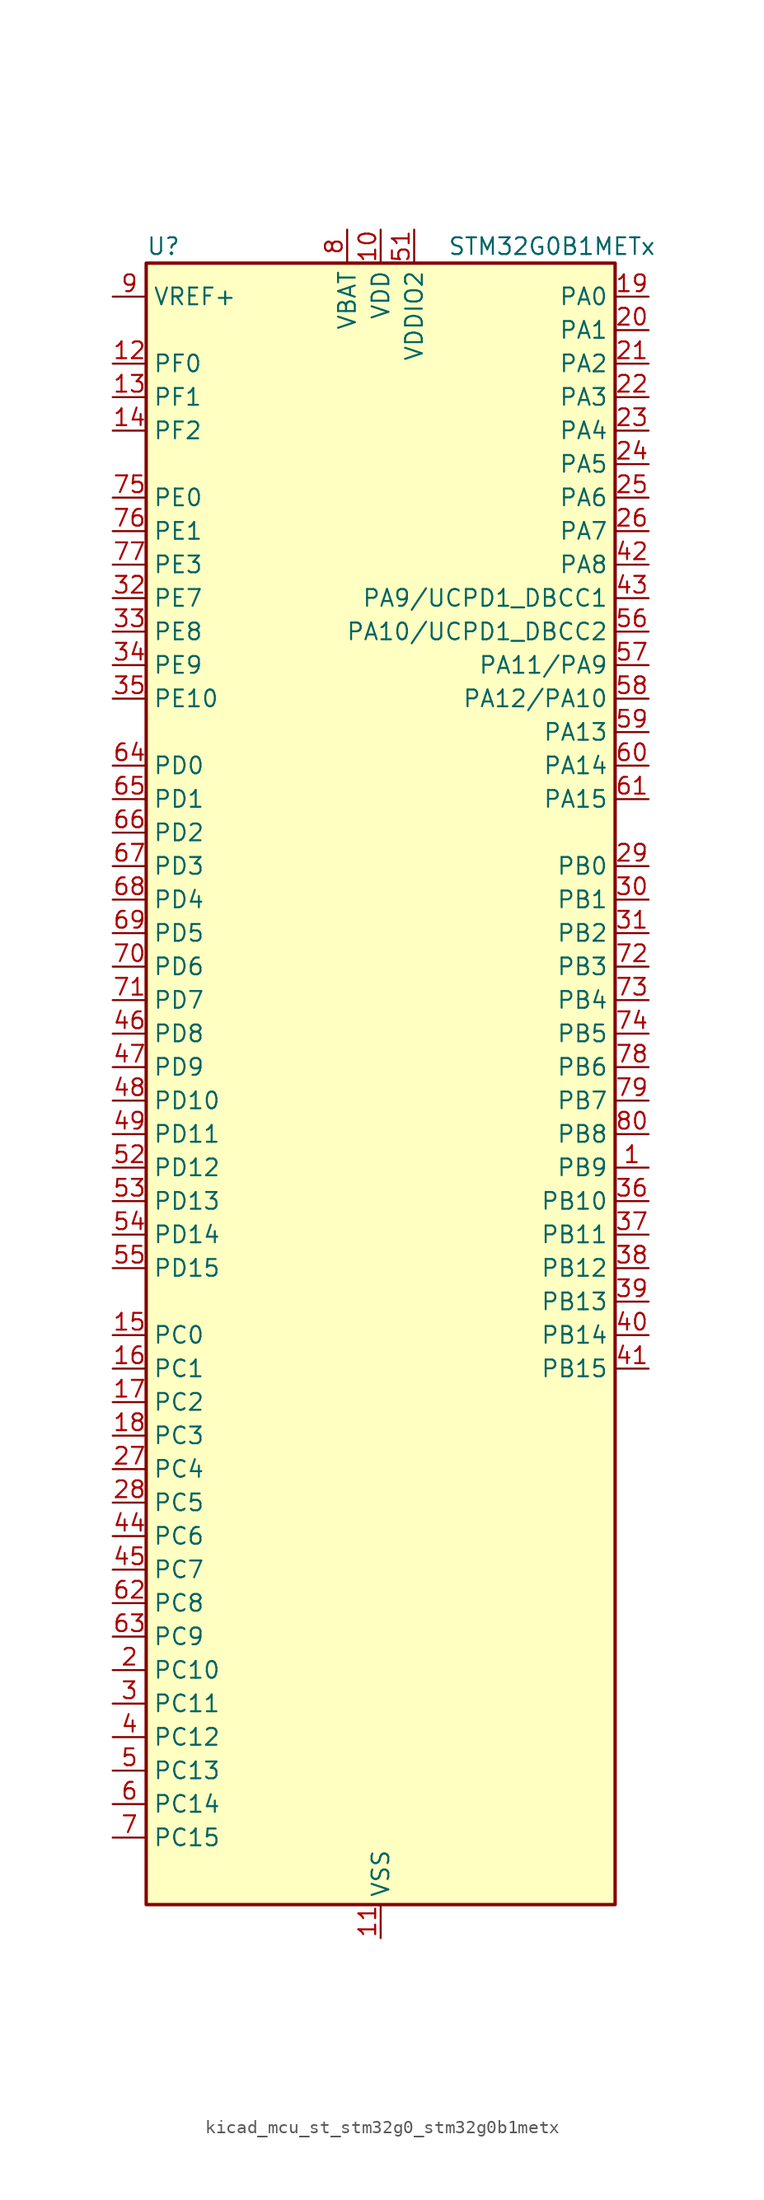
<source format=kicad_sym>
(kicad_symbol_lib
  (version 20220914)
  (generator kicad_symbol_editor)
  (symbol "kicad_mcu_st_stm32g0_stm32g0b1metx"
    (property "Reference" "U"
      (at -17.78 64.77 0)
      (effects (font (size 1.27 1.27)) (justify left)))
    (property "Value" "STM32G0B1METx"
      (at 5.08 64.77 0)
      (effects (font (size 1.27 1.27)) (justify left)))
    (property "ki_locked" ""
      (at 0 0 0)
      (effects (font (size 1.27 1.27))))
    (symbol "kicad_mcu_st_stm32g0_stm32g0b1metx_0_1"
      (rectangle (start -17.78 -60.96) (end 17.78 63.5) (stroke (width 0.254) (type default)) (fill (type background))))
    (symbol "kicad_mcu_st_stm32g0_stm32g0b1metx_1_1"
      (pin bidirectional line (at 20.32 -5.08 180) (length 2.54) (name "PB9" (effects (font (size 1.27 1.27)))) (number "1" (effects (font (size 1.27 1.27)))) (alternate "DAC1_EXTI9" bidirectional line) (alternate "FDCAN1_TX" bidirectional line) (alternate "I2C1_SDA" bidirectional line) (alternate "I2S2_WS" bidirectional line) (alternate "IR_OUT" bidirectional line) (alternate "SPI2_NSS" bidirectional line) (alternate "TIM17_CH1" bidirectional line) (alternate "TIM4_CH4" bidirectional line) (alternate "UCPD2_FRSTX1" bidirectional line) (alternate "UCPD2_FRSTX2" bidirectional line) (alternate "USART3_RX" bidirectional line) (alternate "USART6_RX" bidirectional line))
      (pin power_in line (at 0 66.04 270) (length 2.54) (name "VDD" (effects (font (size 1.27 1.27)))) (number "10" (effects (font (size 1.27 1.27)))))
      (pin power_in line (at 0 -63.5 90) (length 2.54) (name "VSS" (effects (font (size 1.27 1.27)))) (number "11" (effects (font (size 1.27 1.27)))))
      (pin bidirectional line (at -20.32 55.88 0) (length 2.54) (name "PF0" (effects (font (size 1.27 1.27)))) (number "12" (effects (font (size 1.27 1.27)))) (alternate "CRS1_SYNC" bidirectional line) (alternate "RCC_OSC_IN" bidirectional line) (alternate "TIM14_CH1" bidirectional line))
      (pin bidirectional line (at -20.32 53.34 0) (length 2.54) (name "PF1" (effects (font (size 1.27 1.27)))) (number "13" (effects (font (size 1.27 1.27)))) (alternate "RCC_OSC_EN" bidirectional line) (alternate "RCC_OSC_OUT" bidirectional line) (alternate "TIM15_CH1N" bidirectional line))
      (pin bidirectional line (at -20.32 50.8 0) (length 2.54) (name "PF2" (effects (font (size 1.27 1.27)))) (number "14" (effects (font (size 1.27 1.27)))) (alternate "LPUART2_DE" bidirectional line) (alternate "LPUART2_RTS" bidirectional line) (alternate "LPUART2_TX" bidirectional line) (alternate "RCC_MCO" bidirectional line))
      (pin bidirectional line (at -20.32 -17.78 0) (length 2.54) (name "PC0" (effects (font (size 1.27 1.27)))) (number "15" (effects (font (size 1.27 1.27)))) (alternate "COMP3_INM" bidirectional line) (alternate "COMP3_OUT" bidirectional line) (alternate "I2C3_SCL" bidirectional line) (alternate "LPTIM1_IN1" bidirectional line) (alternate "LPTIM2_IN1" bidirectional line) (alternate "LPUART1_RX" bidirectional line) (alternate "LPUART2_TX" bidirectional line) (alternate "USART6_TX" bidirectional line))
      (pin bidirectional line (at -20.32 -20.32 0) (length 2.54) (name "PC1" (effects (font (size 1.27 1.27)))) (number "16" (effects (font (size 1.27 1.27)))) (alternate "COMP3_INP" bidirectional line) (alternate "I2C3_SDA" bidirectional line) (alternate "LPTIM1_OUT" bidirectional line) (alternate "LPUART1_TX" bidirectional line) (alternate "LPUART2_RX" bidirectional line) (alternate "TIM15_CH1" bidirectional line) (alternate "USART6_RX" bidirectional line))
      (pin bidirectional line (at -20.32 -22.86 0) (length 2.54) (name "PC2" (effects (font (size 1.27 1.27)))) (number "17" (effects (font (size 1.27 1.27)))) (alternate "COMP3_OUT" bidirectional line) (alternate "FDCAN2_RX" bidirectional line) (alternate "I2S2_MCK" bidirectional line) (alternate "LPTIM1_IN2" bidirectional line) (alternate "SPI2_MISO" bidirectional line) (alternate "TIM15_CH2" bidirectional line))
      (pin bidirectional line (at -20.32 -25.4 0) (length 2.54) (name "PC3" (effects (font (size 1.27 1.27)))) (number "18" (effects (font (size 1.27 1.27)))) (alternate "FDCAN2_TX" bidirectional line) (alternate "I2S2_SD" bidirectional line) (alternate "LPTIM1_ETR" bidirectional line) (alternate "LPTIM2_ETR" bidirectional line) (alternate "SPI2_MOSI" bidirectional line))
      (pin bidirectional line (at 20.32 60.96 180) (length 2.54) (name "PA0" (effects (font (size 1.27 1.27)))) (number "19" (effects (font (size 1.27 1.27)))) (alternate "ADC1_IN0" bidirectional line) (alternate "COMP1_INM" bidirectional line) (alternate "COMP1_OUT" bidirectional line) (alternate "I2S2_CK" bidirectional line) (alternate "LPTIM1_OUT" bidirectional line) (alternate "RTC_TAMP_IN2" bidirectional line) (alternate "SPI2_SCK" bidirectional line) (alternate "SYS_WKUP1" bidirectional line) (alternate "TIM2_CH1" bidirectional line) (alternate "TIM2_ETR" bidirectional line) (alternate "UCPD2_FRSTX1" bidirectional line) (alternate "UCPD2_FRSTX2" bidirectional line) (alternate "USART2_CTS" bidirectional line) (alternate "USART2_NSS" bidirectional line) (alternate "USART4_TX" bidirectional line))
      (pin bidirectional line (at -20.32 -43.18 0) (length 2.54) (name "PC10" (effects (font (size 1.27 1.27)))) (number "2" (effects (font (size 1.27 1.27)))) (alternate "SPI3_SCK" bidirectional line) (alternate "TIM1_CH3" bidirectional line) (alternate "USART3_TX" bidirectional line) (alternate "USART4_TX" bidirectional line))
      (pin bidirectional line (at 20.32 58.42 180) (length 2.54) (name "PA1" (effects (font (size 1.27 1.27)))) (number "20" (effects (font (size 1.27 1.27)))) (alternate "ADC1_IN1" bidirectional line) (alternate "COMP1_INP" bidirectional line) (alternate "I2C1_SMBA" bidirectional line) (alternate "I2S1_CK" bidirectional line) (alternate "SPI1_SCK" bidirectional line) (alternate "TIM15_CH1N" bidirectional line) (alternate "TIM2_CH2" bidirectional line) (alternate "USART2_CK" bidirectional line) (alternate "USART2_DE" bidirectional line) (alternate "USART2_RTS" bidirectional line) (alternate "USART4_RX" bidirectional line))
      (pin bidirectional line (at 20.32 55.88 180) (length 2.54) (name "PA2" (effects (font (size 1.27 1.27)))) (number "21" (effects (font (size 1.27 1.27)))) (alternate "ADC1_IN2" bidirectional line) (alternate "COMP2_INM" bidirectional line) (alternate "COMP2_OUT" bidirectional line) (alternate "I2S1_SD" bidirectional line) (alternate "LPUART1_TX" bidirectional line) (alternate "RCC_LSCO" bidirectional line) (alternate "SPI1_MOSI" bidirectional line) (alternate "SYS_WKUP4" bidirectional line) (alternate "TIM15_CH1" bidirectional line) (alternate "TIM2_CH3" bidirectional line) (alternate "UCPD1_FRSTX1" bidirectional line) (alternate "UCPD1_FRSTX2" bidirectional line) (alternate "USART2_TX" bidirectional line))
      (pin bidirectional line (at 20.32 53.34 180) (length 2.54) (name "PA3" (effects (font (size 1.27 1.27)))) (number "22" (effects (font (size 1.27 1.27)))) (alternate "ADC1_IN3" bidirectional line) (alternate "COMP2_INP" bidirectional line) (alternate "I2S2_MCK" bidirectional line) (alternate "LPUART1_RX" bidirectional line) (alternate "SPI2_MISO" bidirectional line) (alternate "TIM15_CH2" bidirectional line) (alternate "TIM2_CH4" bidirectional line) (alternate "UCPD2_FRSTX1" bidirectional line) (alternate "UCPD2_FRSTX2" bidirectional line) (alternate "USART2_RX" bidirectional line))
      (pin bidirectional line (at 20.32 50.8 180) (length 2.54) (name "PA4" (effects (font (size 1.27 1.27)))) (number "23" (effects (font (size 1.27 1.27)))) (alternate "ADC1_IN4" bidirectional line) (alternate "DAC1_OUT1" bidirectional line) (alternate "I2S1_WS" bidirectional line) (alternate "I2S2_SD" bidirectional line) (alternate "LPTIM2_OUT" bidirectional line) (alternate "RTC_OUT2" bidirectional line) (alternate "SPI1_NSS" bidirectional line) (alternate "SPI2_MOSI" bidirectional line) (alternate "SPI3_NSS" bidirectional line) (alternate "TIM14_CH1" bidirectional line) (alternate "UCPD2_FRSTX1" bidirectional line) (alternate "UCPD2_FRSTX2" bidirectional line) (alternate "USART6_TX" bidirectional line) (alternate "USB_NOE" bidirectional line))
      (pin bidirectional line (at 20.32 48.26 180) (length 2.54) (name "PA5" (effects (font (size 1.27 1.27)))) (number "24" (effects (font (size 1.27 1.27)))) (alternate "ADC1_IN5" bidirectional line) (alternate "CEC" bidirectional line) (alternate "DAC1_OUT2" bidirectional line) (alternate "I2S1_CK" bidirectional line) (alternate "LPTIM2_ETR" bidirectional line) (alternate "SPI1_SCK" bidirectional line) (alternate "TIM2_CH1" bidirectional line) (alternate "TIM2_ETR" bidirectional line) (alternate "UCPD1_FRSTX1" bidirectional line) (alternate "UCPD1_FRSTX2" bidirectional line) (alternate "USART3_TX" bidirectional line) (alternate "USART6_RX" bidirectional line))
      (pin bidirectional line (at 20.32 45.72 180) (length 2.54) (name "PA6" (effects (font (size 1.27 1.27)))) (number "25" (effects (font (size 1.27 1.27)))) (alternate "ADC1_IN6" bidirectional line) (alternate "COMP1_OUT" bidirectional line) (alternate "I2C2_SDA" bidirectional line) (alternate "I2C3_SDA" bidirectional line) (alternate "I2S1_MCK" bidirectional line) (alternate "LPUART1_CTS" bidirectional line) (alternate "SPI1_MISO" bidirectional line) (alternate "TIM16_CH1" bidirectional line) (alternate "TIM1_BK" bidirectional line) (alternate "TIM3_CH1" bidirectional line) (alternate "USART3_CTS" bidirectional line) (alternate "USART3_NSS" bidirectional line) (alternate "USART6_CTS" bidirectional line) (alternate "USART6_NSS" bidirectional line))
      (pin bidirectional line (at 20.32 43.18 180) (length 2.54) (name "PA7" (effects (font (size 1.27 1.27)))) (number "26" (effects (font (size 1.27 1.27)))) (alternate "ADC1_IN7" bidirectional line) (alternate "COMP2_OUT" bidirectional line) (alternate "I2C2_SCL" bidirectional line) (alternate "I2C3_SCL" bidirectional line) (alternate "I2S1_SD" bidirectional line) (alternate "SPI1_MOSI" bidirectional line) (alternate "TIM14_CH1" bidirectional line) (alternate "TIM17_CH1" bidirectional line) (alternate "TIM1_CH1N" bidirectional line) (alternate "TIM3_CH2" bidirectional line) (alternate "UCPD1_FRSTX1" bidirectional line) (alternate "UCPD1_FRSTX2" bidirectional line) (alternate "USART6_CK" bidirectional line) (alternate "USART6_DE" bidirectional line) (alternate "USART6_RTS" bidirectional line))
      (pin bidirectional line (at -20.32 -27.94 0) (length 2.54) (name "PC4" (effects (font (size 1.27 1.27)))) (number "27" (effects (font (size 1.27 1.27)))) (alternate "ADC1_IN17" bidirectional line) (alternate "COMP1_INM" bidirectional line) (alternate "FDCAN1_RX" bidirectional line) (alternate "TIM2_CH1" bidirectional line) (alternate "TIM2_ETR" bidirectional line) (alternate "USART1_TX" bidirectional line) (alternate "USART3_TX" bidirectional line))
      (pin bidirectional line (at -20.32 -30.48 0) (length 2.54) (name "PC5" (effects (font (size 1.27 1.27)))) (number "28" (effects (font (size 1.27 1.27)))) (alternate "ADC1_IN18" bidirectional line) (alternate "COMP1_INP" bidirectional line) (alternate "FDCAN1_TX" bidirectional line) (alternate "SYS_WKUP5" bidirectional line) (alternate "TIM2_CH2" bidirectional line) (alternate "USART1_RX" bidirectional line) (alternate "USART3_RX" bidirectional line))
      (pin bidirectional line (at 20.32 17.78 180) (length 2.54) (name "PB0" (effects (font (size 1.27 1.27)))) (number "29" (effects (font (size 1.27 1.27)))) (alternate "ADC1_IN8" bidirectional line) (alternate "COMP1_OUT" bidirectional line) (alternate "COMP3_INP" bidirectional line) (alternate "FDCAN2_RX" bidirectional line) (alternate "I2S1_WS" bidirectional line) (alternate "LPTIM1_OUT" bidirectional line) (alternate "LPUART2_CTS" bidirectional line) (alternate "SPI1_NSS" bidirectional line) (alternate "TIM1_CH2N" bidirectional line) (alternate "TIM3_CH3" bidirectional line) (alternate "UCPD1_FRSTX1" bidirectional line) (alternate "UCPD1_FRSTX2" bidirectional line) (alternate "USART3_RX" bidirectional line) (alternate "USART5_TX" bidirectional line))
      (pin bidirectional line (at -20.32 -45.72 0) (length 2.54) (name "PC11" (effects (font (size 1.27 1.27)))) (number "3" (effects (font (size 1.27 1.27)))) (alternate "ADC1_EXTI11" bidirectional line) (alternate "SPI3_MISO" bidirectional line) (alternate "TIM1_CH4" bidirectional line) (alternate "USART3_RX" bidirectional line) (alternate "USART4_RX" bidirectional line))
      (pin bidirectional line (at 20.32 15.24 180) (length 2.54) (name "PB1" (effects (font (size 1.27 1.27)))) (number "30" (effects (font (size 1.27 1.27)))) (alternate "ADC1_IN9" bidirectional line) (alternate "COMP1_INM" bidirectional line) (alternate "COMP3_OUT" bidirectional line) (alternate "FDCAN2_TX" bidirectional line) (alternate "LPTIM2_IN1" bidirectional line) (alternate "LPUART1_DE" bidirectional line) (alternate "LPUART1_RTS" bidirectional line) (alternate "LPUART2_DE" bidirectional line) (alternate "LPUART2_RTS" bidirectional line) (alternate "TIM14_CH1" bidirectional line) (alternate "TIM1_CH3N" bidirectional line) (alternate "TIM3_CH4" bidirectional line) (alternate "USART3_CK" bidirectional line) (alternate "USART3_DE" bidirectional line) (alternate "USART3_RTS" bidirectional line) (alternate "USART5_RX" bidirectional line))
      (pin bidirectional line (at 20.32 12.7 180) (length 2.54) (name "PB2" (effects (font (size 1.27 1.27)))) (number "31" (effects (font (size 1.27 1.27)))) (alternate "ADC1_IN10" bidirectional line) (alternate "COMP1_INP" bidirectional line) (alternate "COMP3_INM" bidirectional line) (alternate "I2S2_MCK" bidirectional line) (alternate "LPTIM1_OUT" bidirectional line) (alternate "RCC_MCO_2" bidirectional line) (alternate "SPI2_MISO" bidirectional line) (alternate "USART3_TX" bidirectional line))
      (pin bidirectional line (at -20.32 38.1 0) (length 2.54) (name "PE7" (effects (font (size 1.27 1.27)))) (number "32" (effects (font (size 1.27 1.27)))) (alternate "COMP3_INP" bidirectional line) (alternate "TIM1_ETR" bidirectional line) (alternate "USART5_CK" bidirectional line) (alternate "USART5_DE" bidirectional line) (alternate "USART5_RTS" bidirectional line))
      (pin bidirectional line (at -20.32 35.56 0) (length 2.54) (name "PE8" (effects (font (size 1.27 1.27)))) (number "33" (effects (font (size 1.27 1.27)))) (alternate "COMP3_INM" bidirectional line) (alternate "TIM1_CH1N" bidirectional line) (alternate "USART4_TX" bidirectional line))
      (pin bidirectional line (at -20.32 33.02 0) (length 2.54) (name "PE9" (effects (font (size 1.27 1.27)))) (number "34" (effects (font (size 1.27 1.27)))) (alternate "DAC1_EXTI9" bidirectional line) (alternate "TIM1_CH1" bidirectional line) (alternate "USART4_RX" bidirectional line))
      (pin bidirectional line (at -20.32 30.48 0) (length 2.54) (name "PE10" (effects (font (size 1.27 1.27)))) (number "35" (effects (font (size 1.27 1.27)))) (alternate "TIM1_CH2N" bidirectional line) (alternate "USART5_TX" bidirectional line))
      (pin bidirectional line (at 20.32 -7.62 180) (length 2.54) (name "PB10" (effects (font (size 1.27 1.27)))) (number "36" (effects (font (size 1.27 1.27)))) (alternate "ADC1_IN11" bidirectional line) (alternate "CEC" bidirectional line) (alternate "COMP1_OUT" bidirectional line) (alternate "I2C2_SCL" bidirectional line) (alternate "I2S2_CK" bidirectional line) (alternate "LPUART1_RX" bidirectional line) (alternate "SPI2_SCK" bidirectional line) (alternate "TIM2_CH3" bidirectional line) (alternate "USART3_TX" bidirectional line))
      (pin bidirectional line (at 20.32 -10.16 180) (length 2.54) (name "PB11" (effects (font (size 1.27 1.27)))) (number "37" (effects (font (size 1.27 1.27)))) (alternate "ADC1_EXTI11" bidirectional line) (alternate "ADC1_IN15" bidirectional line) (alternate "COMP2_OUT" bidirectional line) (alternate "I2C2_SDA" bidirectional line) (alternate "I2S2_SD" bidirectional line) (alternate "LPUART1_TX" bidirectional line) (alternate "SPI2_MOSI" bidirectional line) (alternate "TIM2_CH4" bidirectional line) (alternate "USART3_RX" bidirectional line))
      (pin bidirectional line (at 20.32 -12.7 180) (length 2.54) (name "PB12" (effects (font (size 1.27 1.27)))) (number "38" (effects (font (size 1.27 1.27)))) (alternate "ADC1_IN16" bidirectional line) (alternate "FDCAN2_RX" bidirectional line) (alternate "I2C2_SMBA" bidirectional line) (alternate "I2S2_WS" bidirectional line) (alternate "LPUART1_DE" bidirectional line) (alternate "LPUART1_RTS" bidirectional line) (alternate "SPI2_NSS" bidirectional line) (alternate "TIM15_BK" bidirectional line) (alternate "TIM1_BK" bidirectional line) (alternate "UCPD2_FRSTX1" bidirectional line) (alternate "UCPD2_FRSTX2" bidirectional line))
      (pin bidirectional line (at 20.32 -15.24 180) (length 2.54) (name "PB13" (effects (font (size 1.27 1.27)))) (number "39" (effects (font (size 1.27 1.27)))) (alternate "FDCAN2_TX" bidirectional line) (alternate "I2C2_SCL" bidirectional line) (alternate "I2S2_CK" bidirectional line) (alternate "LPUART1_CTS" bidirectional line) (alternate "SPI2_SCK" bidirectional line) (alternate "TIM15_CH1N" bidirectional line) (alternate "TIM1_CH1N" bidirectional line) (alternate "USART3_CTS" bidirectional line) (alternate "USART3_NSS" bidirectional line))
      (pin bidirectional line (at -20.32 -48.26 0) (length 2.54) (name "PC12" (effects (font (size 1.27 1.27)))) (number "4" (effects (font (size 1.27 1.27)))) (alternate "LPTIM1_IN1" bidirectional line) (alternate "SPI3_MOSI" bidirectional line) (alternate "TIM14_CH1" bidirectional line) (alternate "UCPD1_FRSTX1" bidirectional line) (alternate "UCPD1_FRSTX2" bidirectional line) (alternate "USART5_TX" bidirectional line))
      (pin bidirectional line (at 20.32 -17.78 180) (length 2.54) (name "PB14" (effects (font (size 1.27 1.27)))) (number "40" (effects (font (size 1.27 1.27)))) (alternate "I2C2_SDA" bidirectional line) (alternate "I2S2_MCK" bidirectional line) (alternate "SPI2_MISO" bidirectional line) (alternate "TIM15_CH1" bidirectional line) (alternate "TIM1_CH2N" bidirectional line) (alternate "UCPD1_FRSTX1" bidirectional line) (alternate "UCPD1_FRSTX2" bidirectional line) (alternate "USART3_CK" bidirectional line) (alternate "USART3_DE" bidirectional line) (alternate "USART3_RTS" bidirectional line) (alternate "USART6_CK" bidirectional line) (alternate "USART6_DE" bidirectional line) (alternate "USART6_RTS" bidirectional line))
      (pin bidirectional line (at 20.32 -20.32 180) (length 2.54) (name "PB15" (effects (font (size 1.27 1.27)))) (number "41" (effects (font (size 1.27 1.27)))) (alternate "I2S2_SD" bidirectional line) (alternate "RTC_REFIN" bidirectional line) (alternate "SPI2_MOSI" bidirectional line) (alternate "TIM15_CH1N" bidirectional line) (alternate "TIM15_CH2" bidirectional line) (alternate "TIM1_CH3N" bidirectional line) (alternate "UCPD1_CC2" bidirectional line) (alternate "USART6_CTS" bidirectional line) (alternate "USART6_NSS" bidirectional line))
      (pin bidirectional line (at 20.32 40.64 180) (length 2.54) (name "PA8" (effects (font (size 1.27 1.27)))) (number "42" (effects (font (size 1.27 1.27)))) (alternate "CRS1_SYNC" bidirectional line) (alternate "I2C2_SMBA" bidirectional line) (alternate "I2S2_WS" bidirectional line) (alternate "LPTIM2_OUT" bidirectional line) (alternate "RCC_MCO" bidirectional line) (alternate "SPI2_NSS" bidirectional line) (alternate "TIM1_CH1" bidirectional line) (alternate "UCPD1_CC1" bidirectional line))
      (pin bidirectional line (at 20.32 38.1 180) (length 2.54) (name "PA9/UCPD1_DBCC1" (effects (font (size 1.27 1.27)))) (number "43" (effects (font (size 1.27 1.27)))) (alternate "DAC1_EXTI9" bidirectional line) (alternate "I2C1_SCL" bidirectional line) (alternate "I2C2_SCL" bidirectional line) (alternate "I2S2_MCK" bidirectional line) (alternate "RCC_MCO" bidirectional line) (alternate "SPI2_MISO" bidirectional line) (alternate "TIM15_BK" bidirectional line) (alternate "TIM1_CH2" bidirectional line) (alternate "UCPD1_DBCC1" bidirectional line) (alternate "USART1_TX" bidirectional line))
      (pin bidirectional line (at -20.32 -33.02 0) (length 2.54) (name "PC6" (effects (font (size 1.27 1.27)))) (number "44" (effects (font (size 1.27 1.27)))) (alternate "LPUART2_TX" bidirectional line) (alternate "TIM2_CH3" bidirectional line) (alternate "TIM3_CH1" bidirectional line) (alternate "UCPD1_FRSTX1" bidirectional line) (alternate "UCPD1_FRSTX2" bidirectional line))
      (pin bidirectional line (at -20.32 -35.56 0) (length 2.54) (name "PC7" (effects (font (size 1.27 1.27)))) (number "45" (effects (font (size 1.27 1.27)))) (alternate "LPUART2_RX" bidirectional line) (alternate "TIM2_CH4" bidirectional line) (alternate "TIM3_CH2" bidirectional line) (alternate "UCPD2_FRSTX1" bidirectional line) (alternate "UCPD2_FRSTX2" bidirectional line))
      (pin bidirectional line (at -20.32 5.08 0) (length 2.54) (name "PD8" (effects (font (size 1.27 1.27)))) (number "46" (effects (font (size 1.27 1.27)))) (alternate "I2S1_CK" bidirectional line) (alternate "LPTIM1_OUT" bidirectional line) (alternate "SPI1_SCK" bidirectional line) (alternate "USART3_TX" bidirectional line))
      (pin bidirectional line (at -20.32 2.54 0) (length 2.54) (name "PD9" (effects (font (size 1.27 1.27)))) (number "47" (effects (font (size 1.27 1.27)))) (alternate "DAC1_EXTI9" bidirectional line) (alternate "I2S1_WS" bidirectional line) (alternate "SPI1_NSS" bidirectional line) (alternate "TIM1_BK2" bidirectional line) (alternate "USART3_RX" bidirectional line))
      (pin bidirectional line (at -20.32 0 0) (length 2.54) (name "PD10" (effects (font (size 1.27 1.27)))) (number "48" (effects (font (size 1.27 1.27)))) (alternate "RCC_MCO" bidirectional line))
      (pin bidirectional line (at -20.32 -2.54 0) (length 2.54) (name "PD11" (effects (font (size 1.27 1.27)))) (number "49" (effects (font (size 1.27 1.27)))) (alternate "ADC1_EXTI11" bidirectional line) (alternate "LPTIM2_ETR" bidirectional line) (alternate "USART3_CTS" bidirectional line) (alternate "USART3_NSS" bidirectional line))
      (pin bidirectional line (at -20.32 -50.8 0) (length 2.54) (name "PC13" (effects (font (size 1.27 1.27)))) (number "5" (effects (font (size 1.27 1.27)))) (alternate "RTC_OUT1" bidirectional line) (alternate "RTC_TAMP_IN1" bidirectional line) (alternate "RTC_TS" bidirectional line) (alternate "SYS_WKUP2" bidirectional line) (alternate "TIM1_BK" bidirectional line))
      (pin passive line (at 0 -63.5 90) (length 2.54) hide (name "VSS" (effects (font (size 1.27 1.27)))) (number "50" (effects (font (size 1.27 1.27)))))
      (pin power_in line (at 2.54 66.04 270) (length 2.54) (name "VDDIO2" (effects (font (size 1.27 1.27)))) (number "51" (effects (font (size 1.27 1.27)))))
      (pin bidirectional line (at -20.32 -5.08 0) (length 2.54) (name "PD12" (effects (font (size 1.27 1.27)))) (number "52" (effects (font (size 1.27 1.27)))) (alternate "FDCAN1_RX" bidirectional line) (alternate "LPTIM2_IN1" bidirectional line) (alternate "TIM4_CH1" bidirectional line) (alternate "USART3_CK" bidirectional line) (alternate "USART3_DE" bidirectional line) (alternate "USART3_RTS" bidirectional line))
      (pin bidirectional line (at -20.32 -7.62 0) (length 2.54) (name "PD13" (effects (font (size 1.27 1.27)))) (number "53" (effects (font (size 1.27 1.27)))) (alternate "FDCAN1_TX" bidirectional line) (alternate "LPTIM2_OUT" bidirectional line) (alternate "TIM4_CH2" bidirectional line))
      (pin bidirectional line (at -20.32 -10.16 0) (length 2.54) (name "PD14" (effects (font (size 1.27 1.27)))) (number "54" (effects (font (size 1.27 1.27)))) (alternate "FDCAN2_RX" bidirectional line) (alternate "LPUART2_CTS" bidirectional line) (alternate "TIM4_CH3" bidirectional line))
      (pin bidirectional line (at -20.32 -12.7 0) (length 2.54) (name "PD15" (effects (font (size 1.27 1.27)))) (number "55" (effects (font (size 1.27 1.27)))) (alternate "CRS1_SYNC" bidirectional line) (alternate "FDCAN2_TX" bidirectional line) (alternate "LPUART2_DE" bidirectional line) (alternate "LPUART2_RTS" bidirectional line) (alternate "TIM4_CH4" bidirectional line))
      (pin bidirectional line (at 20.32 35.56 180) (length 2.54) (name "PA10/UCPD1_DBCC2" (effects (font (size 1.27 1.27)))) (number "56" (effects (font (size 1.27 1.27)))) (alternate "I2C1_SDA" bidirectional line) (alternate "I2C2_SDA" bidirectional line) (alternate "I2S2_SD" bidirectional line) (alternate "RCC_MCO_2" bidirectional line) (alternate "SPI2_MOSI" bidirectional line) (alternate "TIM17_BK" bidirectional line) (alternate "TIM1_CH3" bidirectional line) (alternate "UCPD1_DBCC2" bidirectional line) (alternate "USART1_RX" bidirectional line))
      (pin bidirectional line (at 20.32 33.02 180) (length 2.54) (name "PA11/PA9" (effects (font (size 1.27 1.27)))) (number "57" (effects (font (size 1.27 1.27)))) (alternate "ADC1_EXTI11" bidirectional line) (alternate "COMP1_OUT" bidirectional line) (alternate "FDCAN1_RX" bidirectional line) (alternate "I2C2_SCL" bidirectional line) (alternate "I2S1_MCK" bidirectional line) (alternate "SPI1_MISO" bidirectional line) (alternate "TIM1_BK2" bidirectional line) (alternate "TIM1_CH4" bidirectional line) (alternate "USART1_CTS" bidirectional line) (alternate "USART1_NSS" bidirectional line) (alternate "USB_DM" bidirectional line))
      (pin bidirectional line (at 20.32 30.48 180) (length 2.54) (name "PA12/PA10" (effects (font (size 1.27 1.27)))) (number "58" (effects (font (size 1.27 1.27)))) (alternate "COMP2_OUT" bidirectional line) (alternate "FDCAN1_TX" bidirectional line) (alternate "I2C2_SDA" bidirectional line) (alternate "I2S1_SD" bidirectional line) (alternate "I2S_CKIN" bidirectional line) (alternate "SPI1_MOSI" bidirectional line) (alternate "TIM1_ETR" bidirectional line) (alternate "USART1_CK" bidirectional line) (alternate "USART1_DE" bidirectional line) (alternate "USART1_RTS" bidirectional line) (alternate "USB_DP" bidirectional line))
      (pin bidirectional line (at 20.32 27.94 180) (length 2.54) (name "PA13" (effects (font (size 1.27 1.27)))) (number "59" (effects (font (size 1.27 1.27)))) (alternate "IR_OUT" bidirectional line) (alternate "LPUART2_RX" bidirectional line) (alternate "SYS_SWDIO" bidirectional line) (alternate "USB_NOE" bidirectional line))
      (pin bidirectional line (at -20.32 -53.34 0) (length 2.54) (name "PC14" (effects (font (size 1.27 1.27)))) (number "6" (effects (font (size 1.27 1.27)))) (alternate "RCC_OSC32_IN" bidirectional line) (alternate "TIM1_BK2" bidirectional line))
      (pin bidirectional line (at 20.32 25.4 180) (length 2.54) (name "PA14" (effects (font (size 1.27 1.27)))) (number "60" (effects (font (size 1.27 1.27)))) (alternate "LPUART2_TX" bidirectional line) (alternate "SYS_SWCLK" bidirectional line) (alternate "USART2_TX" bidirectional line))
      (pin bidirectional line (at 20.32 22.86 180) (length 2.54) (name "PA15" (effects (font (size 1.27 1.27)))) (number "61" (effects (font (size 1.27 1.27)))) (alternate "I2C2_SMBA" bidirectional line) (alternate "I2S1_WS" bidirectional line) (alternate "RCC_MCO_2" bidirectional line) (alternate "SPI1_NSS" bidirectional line) (alternate "SPI3_NSS" bidirectional line) (alternate "TIM2_CH1" bidirectional line) (alternate "TIM2_ETR" bidirectional line) (alternate "USART2_RX" bidirectional line) (alternate "USART3_CK" bidirectional line) (alternate "USART3_DE" bidirectional line) (alternate "USART3_RTS" bidirectional line) (alternate "USART4_CK" bidirectional line) (alternate "USART4_DE" bidirectional line) (alternate "USART4_RTS" bidirectional line) (alternate "USB_NOE" bidirectional line))
      (pin bidirectional line (at -20.32 -38.1 0) (length 2.54) (name "PC8" (effects (font (size 1.27 1.27)))) (number "62" (effects (font (size 1.27 1.27)))) (alternate "LPUART2_CTS" bidirectional line) (alternate "TIM1_CH1" bidirectional line) (alternate "TIM3_CH3" bidirectional line) (alternate "UCPD2_FRSTX1" bidirectional line) (alternate "UCPD2_FRSTX2" bidirectional line))
      (pin bidirectional line (at -20.32 -40.64 0) (length 2.54) (name "PC9" (effects (font (size 1.27 1.27)))) (number "63" (effects (font (size 1.27 1.27)))) (alternate "DAC1_EXTI9" bidirectional line) (alternate "I2S_CKIN" bidirectional line) (alternate "LPUART2_DE" bidirectional line) (alternate "LPUART2_RTS" bidirectional line) (alternate "TIM1_CH2" bidirectional line) (alternate "TIM3_CH4" bidirectional line) (alternate "USB_NOE" bidirectional line))
      (pin bidirectional line (at -20.32 25.4 0) (length 2.54) (name "PD0" (effects (font (size 1.27 1.27)))) (number "64" (effects (font (size 1.27 1.27)))) (alternate "FDCAN1_RX" bidirectional line) (alternate "I2S2_WS" bidirectional line) (alternate "SPI2_NSS" bidirectional line) (alternate "TIM16_CH1" bidirectional line) (alternate "UCPD2_CC1" bidirectional line))
      (pin bidirectional line (at -20.32 22.86 0) (length 2.54) (name "PD1" (effects (font (size 1.27 1.27)))) (number "65" (effects (font (size 1.27 1.27)))) (alternate "FDCAN1_TX" bidirectional line) (alternate "I2S2_CK" bidirectional line) (alternate "SPI2_SCK" bidirectional line) (alternate "TIM17_CH1" bidirectional line) (alternate "UCPD2_DBCC1" bidirectional line))
      (pin bidirectional line (at -20.32 20.32 0) (length 2.54) (name "PD2" (effects (font (size 1.27 1.27)))) (number "66" (effects (font (size 1.27 1.27)))) (alternate "TIM1_CH1N" bidirectional line) (alternate "TIM3_ETR" bidirectional line) (alternate "UCPD2_CC2" bidirectional line) (alternate "USART3_CK" bidirectional line) (alternate "USART3_DE" bidirectional line) (alternate "USART3_RTS" bidirectional line) (alternate "USART5_RX" bidirectional line))
      (pin bidirectional line (at -20.32 17.78 0) (length 2.54) (name "PD3" (effects (font (size 1.27 1.27)))) (number "67" (effects (font (size 1.27 1.27)))) (alternate "I2S2_MCK" bidirectional line) (alternate "SPI2_MISO" bidirectional line) (alternate "TIM1_CH2N" bidirectional line) (alternate "UCPD2_DBCC2" bidirectional line) (alternate "USART2_CTS" bidirectional line) (alternate "USART2_NSS" bidirectional line) (alternate "USART5_TX" bidirectional line))
      (pin bidirectional line (at -20.32 15.24 0) (length 2.54) (name "PD4" (effects (font (size 1.27 1.27)))) (number "68" (effects (font (size 1.27 1.27)))) (alternate "I2S2_SD" bidirectional line) (alternate "SPI2_MOSI" bidirectional line) (alternate "TIM1_CH3N" bidirectional line) (alternate "USART2_CK" bidirectional line) (alternate "USART2_DE" bidirectional line) (alternate "USART2_RTS" bidirectional line) (alternate "USART5_CK" bidirectional line) (alternate "USART5_DE" bidirectional line) (alternate "USART5_RTS" bidirectional line))
      (pin bidirectional line (at -20.32 12.7 0) (length 2.54) (name "PD5" (effects (font (size 1.27 1.27)))) (number "69" (effects (font (size 1.27 1.27)))) (alternate "I2S1_MCK" bidirectional line) (alternate "SPI1_MISO" bidirectional line) (alternate "TIM1_BK" bidirectional line) (alternate "USART2_TX" bidirectional line) (alternate "USART5_CTS" bidirectional line) (alternate "USART5_NSS" bidirectional line))
      (pin bidirectional line (at -20.32 -55.88 0) (length 2.54) (name "PC15" (effects (font (size 1.27 1.27)))) (number "7" (effects (font (size 1.27 1.27)))) (alternate "RCC_OSC32_EN" bidirectional line) (alternate "RCC_OSC32_OUT" bidirectional line) (alternate "RCC_OSC_EN" bidirectional line) (alternate "TIM15_BK" bidirectional line))
      (pin bidirectional line (at -20.32 10.16 0) (length 2.54) (name "PD6" (effects (font (size 1.27 1.27)))) (number "70" (effects (font (size 1.27 1.27)))) (alternate "I2S1_SD" bidirectional line) (alternate "LPTIM2_OUT" bidirectional line) (alternate "SPI1_MOSI" bidirectional line) (alternate "USART2_RX" bidirectional line))
      (pin bidirectional line (at -20.32 7.62 0) (length 2.54) (name "PD7" (effects (font (size 1.27 1.27)))) (number "71" (effects (font (size 1.27 1.27)))) (alternate "RCC_MCO_2" bidirectional line))
      (pin bidirectional line (at 20.32 10.16 180) (length 2.54) (name "PB3" (effects (font (size 1.27 1.27)))) (number "72" (effects (font (size 1.27 1.27)))) (alternate "COMP2_INM" bidirectional line) (alternate "I2C2_SCL" bidirectional line) (alternate "I2C3_SCL" bidirectional line) (alternate "I2S1_CK" bidirectional line) (alternate "SPI1_SCK" bidirectional line) (alternate "SPI3_SCK" bidirectional line) (alternate "TIM1_CH2" bidirectional line) (alternate "TIM2_CH2" bidirectional line) (alternate "USART1_CK" bidirectional line) (alternate "USART1_DE" bidirectional line) (alternate "USART1_RTS" bidirectional line) (alternate "USART5_TX" bidirectional line))
      (pin bidirectional line (at 20.32 7.62 180) (length 2.54) (name "PB4" (effects (font (size 1.27 1.27)))) (number "73" (effects (font (size 1.27 1.27)))) (alternate "COMP2_INP" bidirectional line) (alternate "I2C2_SDA" bidirectional line) (alternate "I2C3_SDA" bidirectional line) (alternate "I2S1_MCK" bidirectional line) (alternate "SPI1_MISO" bidirectional line) (alternate "SPI3_MISO" bidirectional line) (alternate "TIM17_BK" bidirectional line) (alternate "TIM3_CH1" bidirectional line) (alternate "USART1_CTS" bidirectional line) (alternate "USART1_NSS" bidirectional line) (alternate "USART5_RX" bidirectional line))
      (pin bidirectional line (at 20.32 5.08 180) (length 2.54) (name "PB5" (effects (font (size 1.27 1.27)))) (number "74" (effects (font (size 1.27 1.27)))) (alternate "COMP2_OUT" bidirectional line) (alternate "FDCAN2_RX" bidirectional line) (alternate "I2C1_SMBA" bidirectional line) (alternate "I2S1_SD" bidirectional line) (alternate "LPTIM1_IN1" bidirectional line) (alternate "SPI1_MOSI" bidirectional line) (alternate "SPI3_MOSI" bidirectional line) (alternate "SYS_WKUP6" bidirectional line) (alternate "TIM16_BK" bidirectional line) (alternate "TIM3_CH2" bidirectional line) (alternate "USART5_CK" bidirectional line) (alternate "USART5_DE" bidirectional line) (alternate "USART5_RTS" bidirectional line))
      (pin bidirectional line (at -20.32 45.72 0) (length 2.54) (name "PE0" (effects (font (size 1.27 1.27)))) (number "75" (effects (font (size 1.27 1.27)))) (alternate "TIM16_CH1" bidirectional line) (alternate "TIM4_ETR" bidirectional line))
      (pin bidirectional line (at -20.32 43.18 0) (length 2.54) (name "PE1" (effects (font (size 1.27 1.27)))) (number "76" (effects (font (size 1.27 1.27)))) (alternate "TIM17_CH1" bidirectional line))
      (pin bidirectional line (at -20.32 40.64 0) (length 2.54) (name "PE3" (effects (font (size 1.27 1.27)))) (number "77" (effects (font (size 1.27 1.27)))) (alternate "TIM3_CH1" bidirectional line))
      (pin bidirectional line (at 20.32 2.54 180) (length 2.54) (name "PB6" (effects (font (size 1.27 1.27)))) (number "78" (effects (font (size 1.27 1.27)))) (alternate "COMP2_INP" bidirectional line) (alternate "FDCAN2_TX" bidirectional line) (alternate "I2C1_SCL" bidirectional line) (alternate "I2S2_MCK" bidirectional line) (alternate "LPTIM1_ETR" bidirectional line) (alternate "LPUART2_TX" bidirectional line) (alternate "SPI2_MISO" bidirectional line) (alternate "TIM16_CH1N" bidirectional line) (alternate "TIM1_CH3" bidirectional line) (alternate "TIM4_CH1" bidirectional line) (alternate "USART1_TX" bidirectional line) (alternate "USART5_CTS" bidirectional line) (alternate "USART5_NSS" bidirectional line))
      (pin bidirectional line (at 20.32 0 180) (length 2.54) (name "PB7" (effects (font (size 1.27 1.27)))) (number "79" (effects (font (size 1.27 1.27)))) (alternate "COMP2_INM" bidirectional line) (alternate "I2C1_SDA" bidirectional line) (alternate "I2S2_SD" bidirectional line) (alternate "LPTIM1_IN2" bidirectional line) (alternate "LPUART2_RX" bidirectional line) (alternate "SPI2_MOSI" bidirectional line) (alternate "SYS_PVD_IN" bidirectional line) (alternate "TIM17_CH1N" bidirectional line) (alternate "TIM4_CH2" bidirectional line) (alternate "USART1_RX" bidirectional line) (alternate "USART4_CTS" bidirectional line) (alternate "USART4_NSS" bidirectional line))
      (pin power_in line (at -2.54 66.04 270) (length 2.54) (name "VBAT" (effects (font (size 1.27 1.27)))) (number "8" (effects (font (size 1.27 1.27)))))
      (pin bidirectional line (at 20.32 -2.54 180) (length 2.54) (name "PB8" (effects (font (size 1.27 1.27)))) (number "80" (effects (font (size 1.27 1.27)))) (alternate "CEC" bidirectional line) (alternate "FDCAN1_RX" bidirectional line) (alternate "I2C1_SCL" bidirectional line) (alternate "I2S2_CK" bidirectional line) (alternate "SPI2_SCK" bidirectional line) (alternate "TIM15_BK" bidirectional line) (alternate "TIM16_CH1" bidirectional line) (alternate "TIM4_CH3" bidirectional line) (alternate "USART3_TX" bidirectional line) (alternate "USART6_TX" bidirectional line))
      (pin input line (at -20.32 60.96 0) (length 2.54) (name "VREF+" (effects (font (size 1.27 1.27)))) (number "9" (effects (font (size 1.27 1.27)))) (alternate "VREFBUF_OUT" bidirectional line)))))
</source>
